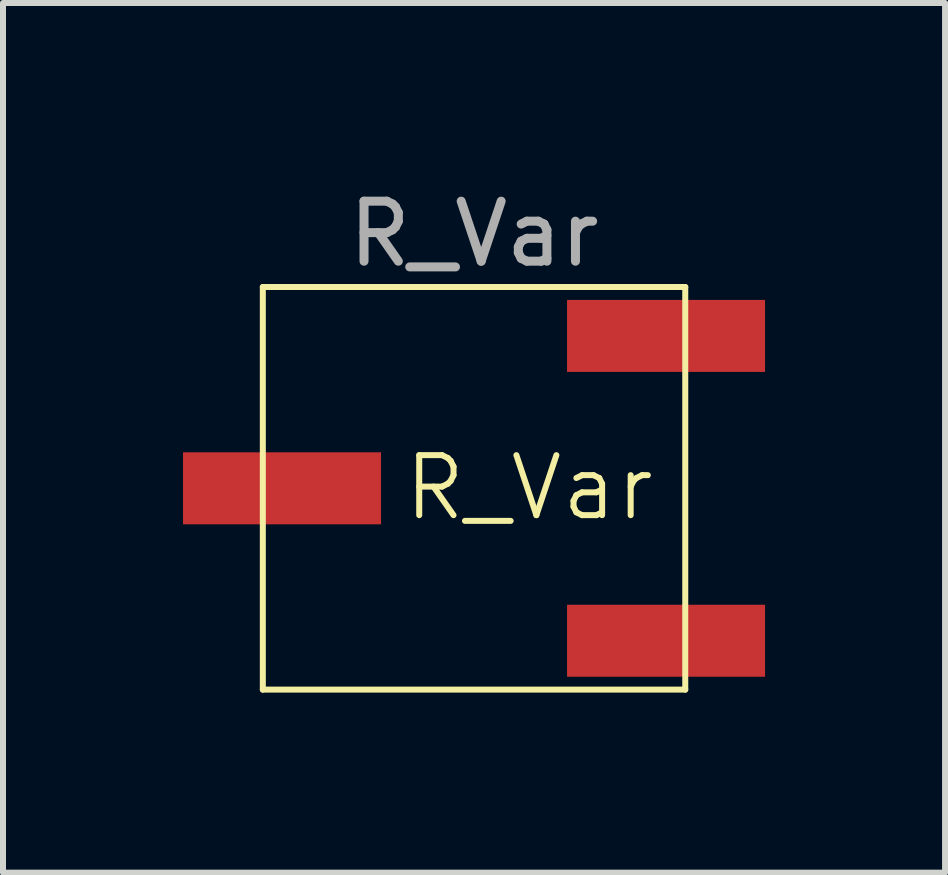
<source format=kicad_pcb>
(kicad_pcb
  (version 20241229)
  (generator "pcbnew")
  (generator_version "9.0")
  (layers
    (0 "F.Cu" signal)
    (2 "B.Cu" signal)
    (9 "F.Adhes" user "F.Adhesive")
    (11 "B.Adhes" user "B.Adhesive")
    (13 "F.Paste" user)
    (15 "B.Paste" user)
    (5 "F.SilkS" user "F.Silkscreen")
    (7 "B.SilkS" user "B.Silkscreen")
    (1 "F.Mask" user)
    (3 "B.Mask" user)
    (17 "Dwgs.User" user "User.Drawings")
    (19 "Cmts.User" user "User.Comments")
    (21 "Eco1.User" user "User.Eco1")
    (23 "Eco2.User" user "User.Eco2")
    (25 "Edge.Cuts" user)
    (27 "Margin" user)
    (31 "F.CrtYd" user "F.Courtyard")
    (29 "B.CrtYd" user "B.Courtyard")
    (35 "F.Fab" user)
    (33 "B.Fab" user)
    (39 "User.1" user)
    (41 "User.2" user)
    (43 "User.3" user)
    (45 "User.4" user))
  (footprint "R_Var"
    (layer "F.Cu")
    (at 4.85 5.088)
    (property "Reference" "R_Var" (at 0.92 -0.01 0) (unlocked yes) (layer "F.SilkS") (effects (font (size 1 1) (thickness 0.1))))
    (attr smd)
    (fp_line (start -3.52 -3.355) (end -3.52 3.355) (stroke (width 0.1) (type default)) (layer "F.SilkS"))
    (fp_line (start -3.52 -3.355) (end 3.52 -3.355) (stroke (width 0.1) (type default)) (layer "F.SilkS"))
    (fp_line (start -3.52 3.355) (end 3.52 3.355) (stroke (width 0.1) (type default)) (layer "F.SilkS"))
    (fp_line (start 3.52 -3.355) (end 3.52 3.355) (stroke (width 0.1) (type default)) (layer "F.SilkS"))
    (fp_text user "${REFERENCE}" (at 0 -4.24 0) (unlocked yes) (layer "F.Fab") (effects (font (size 1 1) (thickness 0.15))))
    (pad "1" smd rect (at -3.2 0) (size 3.3 1.2) (layers "F.Cu" "F.Mask" "F.Paste"))
    (pad "2" smd rect (at 3.2 2.54) (size 3.3 1.2) (layers "F.Cu" "F.Mask" "F.Paste"))
    (pad "3" smd rect (at 3.2 -2.54) (size 3.3 1.2) (layers "F.Cu" "F.Mask" "F.Paste")))
  (gr_rect
    (start -3 -3)
    (end 12.7 11.493)
    (stroke (width 0.1) (type default))
    (fill no)
    (layer "Edge.Cuts")))
</source>
